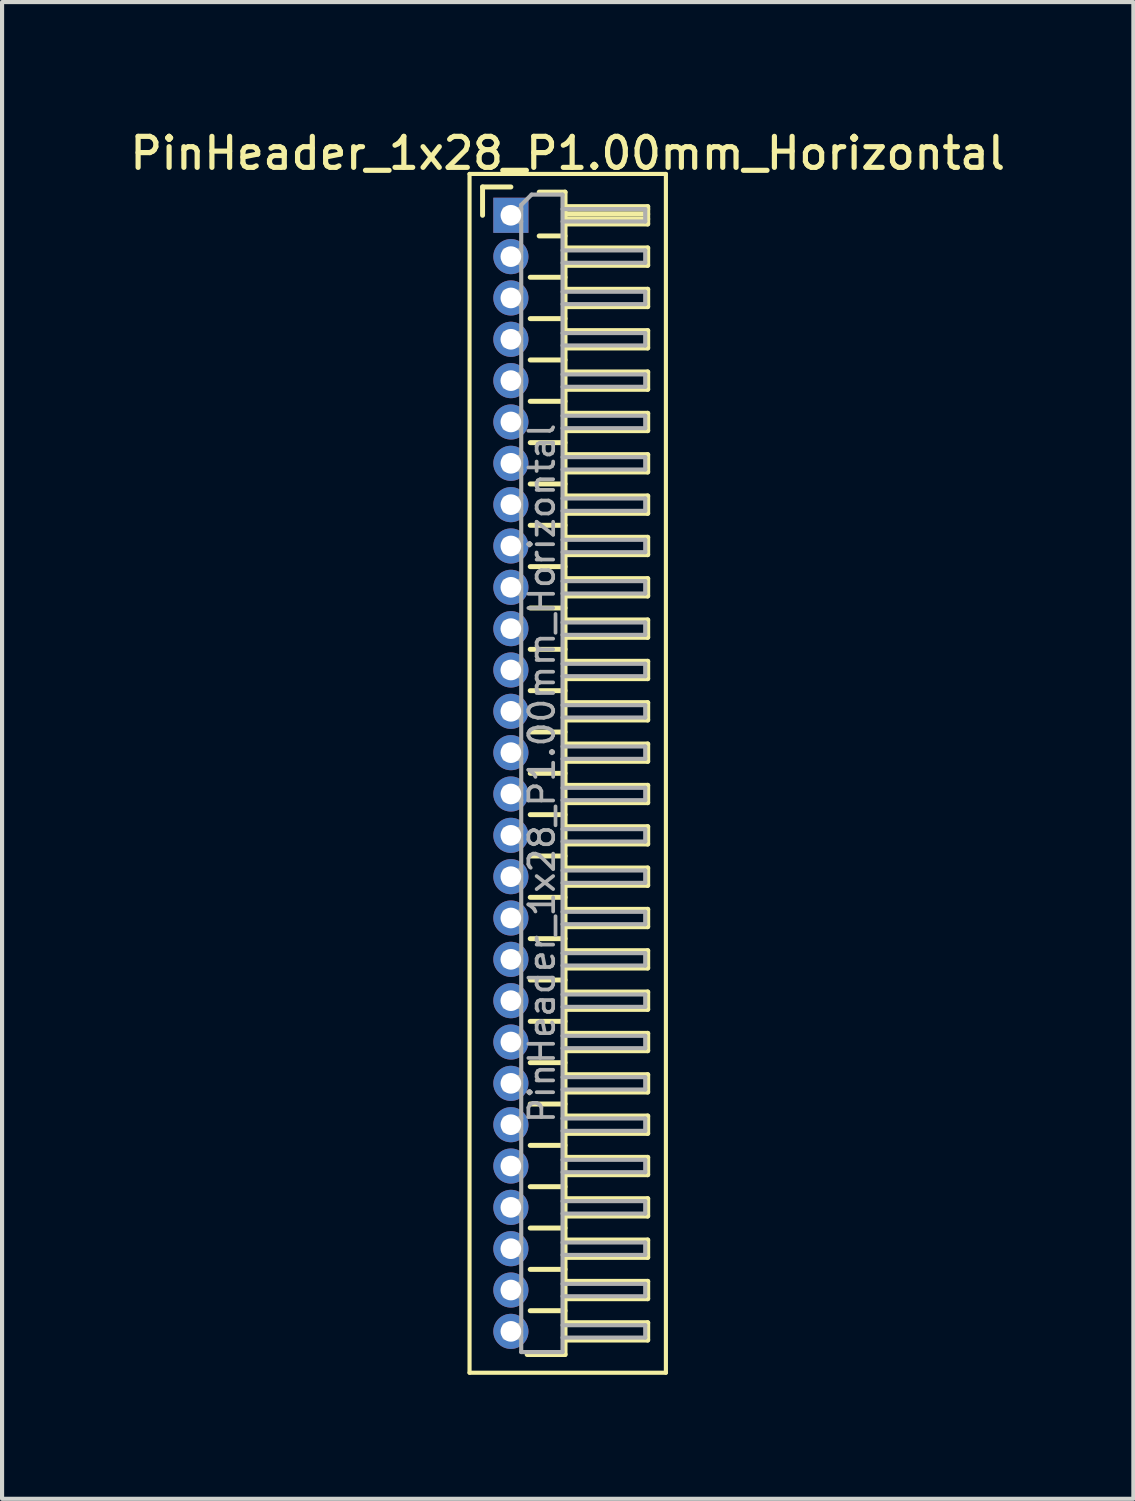
<source format=kicad_pcb>
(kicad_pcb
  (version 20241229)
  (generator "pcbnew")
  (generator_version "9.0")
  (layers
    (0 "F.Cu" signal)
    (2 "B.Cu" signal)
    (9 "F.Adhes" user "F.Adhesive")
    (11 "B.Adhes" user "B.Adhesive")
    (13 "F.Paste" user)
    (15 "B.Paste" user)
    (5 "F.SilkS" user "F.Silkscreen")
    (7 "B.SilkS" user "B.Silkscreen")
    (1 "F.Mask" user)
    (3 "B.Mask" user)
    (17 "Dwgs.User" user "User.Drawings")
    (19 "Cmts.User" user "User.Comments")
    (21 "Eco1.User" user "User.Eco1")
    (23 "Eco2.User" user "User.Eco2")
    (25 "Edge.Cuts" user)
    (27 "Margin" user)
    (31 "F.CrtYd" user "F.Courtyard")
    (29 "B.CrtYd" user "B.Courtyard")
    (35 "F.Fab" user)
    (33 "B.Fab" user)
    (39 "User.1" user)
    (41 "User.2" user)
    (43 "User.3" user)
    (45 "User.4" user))
  (footprint "PinHeader_1x28_P1.00mm_Horizontal"
    (layer "F.Cu")
    (at 9.309 2.158)
    (property "Reference" "PinHeader_1x28_P1.00mm_Horizontal" (at 1.375 -1.5 0) (layer "F.SilkS") (effects (font (size 0.75 0.75) (thickness 0.125))))
    (attr through_hole)
    (fp_line (start -1 -1) (end -1 28) (stroke (width 0.1) (type solid)) (layer "F.SilkS"))
    (fp_line (start -1 28) (end 3.75 28) (stroke (width 0.1) (type solid)) (layer "F.SilkS"))
    (fp_line (start -0.685 -0.685) (end 0 -0.685) (stroke (width 0.12) (type solid)) (layer "F.SilkS"))
    (fp_line (start -0.685 0) (end -0.685 -0.685) (stroke (width 0.12) (type solid)) (layer "F.SilkS"))
    (fp_line (start 0.468 1.5) (end 1.31 1.5) (stroke (width 0.12) (type solid)) (layer "F.SilkS"))
    (fp_line (start 0.468 2.5) (end 1.31 2.5) (stroke (width 0.12) (type solid)) (layer "F.SilkS"))
    (fp_line (start 0.468 3.5) (end 1.31 3.5) (stroke (width 0.12) (type solid)) (layer "F.SilkS"))
    (fp_line (start 0.468 4.5) (end 1.31 4.5) (stroke (width 0.12) (type solid)) (layer "F.SilkS"))
    (fp_line (start 0.468 5.5) (end 1.31 5.5) (stroke (width 0.12) (type solid)) (layer "F.SilkS"))
    (fp_line (start 0.468 6.5) (end 1.31 6.5) (stroke (width 0.12) (type solid)) (layer "F.SilkS"))
    (fp_line (start 0.468 7.5) (end 1.31 7.5) (stroke (width 0.12) (type solid)) (layer "F.SilkS"))
    (fp_line (start 0.468 8.5) (end 1.31 8.5) (stroke (width 0.12) (type solid)) (layer "F.SilkS"))
    (fp_line (start 0.468 9.5) (end 1.31 9.5) (stroke (width 0.12) (type solid)) (layer "F.SilkS"))
    (fp_line (start 0.468 10.5) (end 1.31 10.5) (stroke (width 0.12) (type solid)) (layer "F.SilkS"))
    (fp_line (start 0.468 11.5) (end 1.31 11.5) (stroke (width 0.12) (type solid)) (layer "F.SilkS"))
    (fp_line (start 0.468 12.5) (end 1.31 12.5) (stroke (width 0.12) (type solid)) (layer "F.SilkS"))
    (fp_line (start 0.468 13.5) (end 1.31 13.5) (stroke (width 0.12) (type solid)) (layer "F.SilkS"))
    (fp_line (start 0.468 14.5) (end 1.31 14.5) (stroke (width 0.12) (type solid)) (layer "F.SilkS"))
    (fp_line (start 0.468 15.5) (end 1.31 15.5) (stroke (width 0.12) (type solid)) (layer "F.SilkS"))
    (fp_line (start 0.468 16.5) (end 1.31 16.5) (stroke (width 0.12) (type solid)) (layer "F.SilkS"))
    (fp_line (start 0.468 17.5) (end 1.31 17.5) (stroke (width 0.12) (type solid)) (layer "F.SilkS"))
    (fp_line (start 0.468 18.5) (end 1.31 18.5) (stroke (width 0.12) (type solid)) (layer "F.SilkS"))
    (fp_line (start 0.468 19.5) (end 1.31 19.5) (stroke (width 0.12) (type solid)) (layer "F.SilkS"))
    (fp_line (start 0.468 20.5) (end 1.31 20.5) (stroke (width 0.12) (type solid)) (layer "F.SilkS"))
    (fp_line (start 0.468 21.5) (end 1.31 21.5) (stroke (width 0.12) (type solid)) (layer "F.SilkS"))
    (fp_line (start 0.468 22.5) (end 1.31 22.5) (stroke (width 0.12) (type solid)) (layer "F.SilkS"))
    (fp_line (start 0.468 23.5) (end 1.31 23.5) (stroke (width 0.12) (type solid)) (layer "F.SilkS"))
    (fp_line (start 0.468 24.5) (end 1.31 24.5) (stroke (width 0.12) (type solid)) (layer "F.SilkS"))
    (fp_line (start 0.468 25.5) (end 1.31 25.5) (stroke (width 0.12) (type solid)) (layer "F.SilkS"))
    (fp_line (start 0.468 26.5) (end 1.31 26.5) (stroke (width 0.12) (type solid)) (layer "F.SilkS"))
    (fp_line (start 0.685 -0.56) (end 1.31 -0.56) (stroke (width 0.12) (type solid)) (layer "F.SilkS"))
    (fp_line (start 0.685 0.5) (end 1.31 0.5) (stroke (width 0.12) (type solid)) (layer "F.SilkS"))
    (fp_line (start 1.31 -0.56) (end 1.31 27.56) (stroke (width 0.12) (type solid)) (layer "F.SilkS"))
    (fp_line (start 1.31 -0.21) (end 3.31 -0.21) (stroke (width 0.12) (type solid)) (layer "F.SilkS"))
    (fp_line (start 1.31 -0.15) (end 3.31 -0.15) (stroke (width 0.12) (type solid)) (layer "F.SilkS"))
    (fp_line (start 1.31 -0.03) (end 3.31 -0.03) (stroke (width 0.12) (type solid)) (layer "F.SilkS"))
    (fp_line (start 1.31 0.09) (end 3.31 0.09) (stroke (width 0.12) (type solid)) (layer "F.SilkS"))
    (fp_line (start 1.31 0.79) (end 3.31 0.79) (stroke (width 0.12) (type solid)) (layer "F.SilkS"))
    (fp_line (start 1.31 1.79) (end 3.31 1.79) (stroke (width 0.12) (type solid)) (layer "F.SilkS"))
    (fp_line (start 1.31 2.79) (end 3.31 2.79) (stroke (width 0.12) (type solid)) (layer "F.SilkS"))
    (fp_line (start 1.31 3.79) (end 3.31 3.79) (stroke (width 0.12) (type solid)) (layer "F.SilkS"))
    (fp_line (start 1.31 4.79) (end 3.31 4.79) (stroke (width 0.12) (type solid)) (layer "F.SilkS"))
    (fp_line (start 1.31 5.79) (end 3.31 5.79) (stroke (width 0.12) (type solid)) (layer "F.SilkS"))
    (fp_line (start 1.31 6.79) (end 3.31 6.79) (stroke (width 0.12) (type solid)) (layer "F.SilkS"))
    (fp_line (start 1.31 7.79) (end 3.31 7.79) (stroke (width 0.12) (type solid)) (layer "F.SilkS"))
    (fp_line (start 1.31 8.79) (end 3.31 8.79) (stroke (width 0.12) (type solid)) (layer "F.SilkS"))
    (fp_line (start 1.31 9.79) (end 3.31 9.79) (stroke (width 0.12) (type solid)) (layer "F.SilkS"))
    (fp_line (start 1.31 10.79) (end 3.31 10.79) (stroke (width 0.12) (type solid)) (layer "F.SilkS"))
    (fp_line (start 1.31 11.79) (end 3.31 11.79) (stroke (width 0.12) (type solid)) (layer "F.SilkS"))
    (fp_line (start 1.31 12.79) (end 3.31 12.79) (stroke (width 0.12) (type solid)) (layer "F.SilkS"))
    (fp_line (start 1.31 13.79) (end 3.31 13.79) (stroke (width 0.12) (type solid)) (layer "F.SilkS"))
    (fp_line (start 1.31 14.79) (end 3.31 14.79) (stroke (width 0.12) (type solid)) (layer "F.SilkS"))
    (fp_line (start 1.31 15.79) (end 3.31 15.79) (stroke (width 0.12) (type solid)) (layer "F.SilkS"))
    (fp_line (start 1.31 16.79) (end 3.31 16.79) (stroke (width 0.12) (type solid)) (layer "F.SilkS"))
    (fp_line (start 1.31 17.79) (end 3.31 17.79) (stroke (width 0.12) (type solid)) (layer "F.SilkS"))
    (fp_line (start 1.31 18.79) (end 3.31 18.79) (stroke (width 0.12) (type solid)) (layer "F.SilkS"))
    (fp_line (start 1.31 19.79) (end 3.31 19.79) (stroke (width 0.12) (type solid)) (layer "F.SilkS"))
    (fp_line (start 1.31 20.79) (end 3.31 20.79) (stroke (width 0.12) (type solid)) (layer "F.SilkS"))
    (fp_line (start 1.31 21.79) (end 3.31 21.79) (stroke (width 0.12) (type solid)) (layer "F.SilkS"))
    (fp_line (start 1.31 22.79) (end 3.31 22.79) (stroke (width 0.12) (type solid)) (layer "F.SilkS"))
    (fp_line (start 1.31 23.79) (end 3.31 23.79) (stroke (width 0.12) (type solid)) (layer "F.SilkS"))
    (fp_line (start 1.31 24.79) (end 3.31 24.79) (stroke (width 0.12) (type solid)) (layer "F.SilkS"))
    (fp_line (start 1.31 25.79) (end 3.31 25.79) (stroke (width 0.12) (type solid)) (layer "F.SilkS"))
    (fp_line (start 1.31 26.79) (end 3.31 26.79) (stroke (width 0.12) (type solid)) (layer "F.SilkS"))
    (fp_line (start 1.31 27.56) (end 0.394 27.56) (stroke (width 0.12) (type solid)) (layer "F.SilkS"))
    (fp_line (start 3.31 -0.21) (end 3.31 0.21) (stroke (width 0.12) (type solid)) (layer "F.SilkS"))
    (fp_line (start 3.31 0.21) (end 1.31 0.21) (stroke (width 0.12) (type solid)) (layer "F.SilkS"))
    (fp_line (start 3.31 0.79) (end 3.31 1.21) (stroke (width 0.12) (type solid)) (layer "F.SilkS"))
    (fp_line (start 3.31 1.21) (end 1.31 1.21) (stroke (width 0.12) (type solid)) (layer "F.SilkS"))
    (fp_line (start 3.31 1.79) (end 3.31 2.21) (stroke (width 0.12) (type solid)) (layer "F.SilkS"))
    (fp_line (start 3.31 2.21) (end 1.31 2.21) (stroke (width 0.12) (type solid)) (layer "F.SilkS"))
    (fp_line (start 3.31 2.79) (end 3.31 3.21) (stroke (width 0.12) (type solid)) (layer "F.SilkS"))
    (fp_line (start 3.31 3.21) (end 1.31 3.21) (stroke (width 0.12) (type solid)) (layer "F.SilkS"))
    (fp_line (start 3.31 3.79) (end 3.31 4.21) (stroke (width 0.12) (type solid)) (layer "F.SilkS"))
    (fp_line (start 3.31 4.21) (end 1.31 4.21) (stroke (width 0.12) (type solid)) (layer "F.SilkS"))
    (fp_line (start 3.31 4.79) (end 3.31 5.21) (stroke (width 0.12) (type solid)) (layer "F.SilkS"))
    (fp_line (start 3.31 5.21) (end 1.31 5.21) (stroke (width 0.12) (type solid)) (layer "F.SilkS"))
    (fp_line (start 3.31 5.79) (end 3.31 6.21) (stroke (width 0.12) (type solid)) (layer "F.SilkS"))
    (fp_line (start 3.31 6.21) (end 1.31 6.21) (stroke (width 0.12) (type solid)) (layer "F.SilkS"))
    (fp_line (start 3.31 6.79) (end 3.31 7.21) (stroke (width 0.12) (type solid)) (layer "F.SilkS"))
    (fp_line (start 3.31 7.21) (end 1.31 7.21) (stroke (width 0.12) (type solid)) (layer "F.SilkS"))
    (fp_line (start 3.31 7.79) (end 3.31 8.21) (stroke (width 0.12) (type solid)) (layer "F.SilkS"))
    (fp_line (start 3.31 8.21) (end 1.31 8.21) (stroke (width 0.12) (type solid)) (layer "F.SilkS"))
    (fp_line (start 3.31 8.79) (end 3.31 9.21) (stroke (width 0.12) (type solid)) (layer "F.SilkS"))
    (fp_line (start 3.31 9.21) (end 1.31 9.21) (stroke (width 0.12) (type solid)) (layer "F.SilkS"))
    (fp_line (start 3.31 9.79) (end 3.31 10.21) (stroke (width 0.12) (type solid)) (layer "F.SilkS"))
    (fp_line (start 3.31 10.21) (end 1.31 10.21) (stroke (width 0.12) (type solid)) (layer "F.SilkS"))
    (fp_line (start 3.31 10.79) (end 3.31 11.21) (stroke (width 0.12) (type solid)) (layer "F.SilkS"))
    (fp_line (start 3.31 11.21) (end 1.31 11.21) (stroke (width 0.12) (type solid)) (layer "F.SilkS"))
    (fp_line (start 3.31 11.79) (end 3.31 12.21) (stroke (width 0.12) (type solid)) (layer "F.SilkS"))
    (fp_line (start 3.31 12.21) (end 1.31 12.21) (stroke (width 0.12) (type solid)) (layer "F.SilkS"))
    (fp_line (start 3.31 12.79) (end 3.31 13.21) (stroke (width 0.12) (type solid)) (layer "F.SilkS"))
    (fp_line (start 3.31 13.21) (end 1.31 13.21) (stroke (width 0.12) (type solid)) (layer "F.SilkS"))
    (fp_line (start 3.31 13.79) (end 3.31 14.21) (stroke (width 0.12) (type solid)) (layer "F.SilkS"))
    (fp_line (start 3.31 14.21) (end 1.31 14.21) (stroke (width 0.12) (type solid)) (layer "F.SilkS"))
    (fp_line (start 3.31 14.79) (end 3.31 15.21) (stroke (width 0.12) (type solid)) (layer "F.SilkS"))
    (fp_line (start 3.31 15.21) (end 1.31 15.21) (stroke (width 0.12) (type solid)) (layer "F.SilkS"))
    (fp_line (start 3.31 15.79) (end 3.31 16.21) (stroke (width 0.12) (type solid)) (layer "F.SilkS"))
    (fp_line (start 3.31 16.21) (end 1.31 16.21) (stroke (width 0.12) (type solid)) (layer "F.SilkS"))
    (fp_line (start 3.31 16.79) (end 3.31 17.21) (stroke (width 0.12) (type solid)) (layer "F.SilkS"))
    (fp_line (start 3.31 17.21) (end 1.31 17.21) (stroke (width 0.12) (type solid)) (layer "F.SilkS"))
    (fp_line (start 3.31 17.79) (end 3.31 18.21) (stroke (width 0.12) (type solid)) (layer "F.SilkS"))
    (fp_line (start 3.31 18.21) (end 1.31 18.21) (stroke (width 0.12) (type solid)) (layer "F.SilkS"))
    (fp_line (start 3.31 18.79) (end 3.31 19.21) (stroke (width 0.12) (type solid)) (layer "F.SilkS"))
    (fp_line (start 3.31 19.21) (end 1.31 19.21) (stroke (width 0.12) (type solid)) (layer "F.SilkS"))
    (fp_line (start 3.31 19.79) (end 3.31 20.21) (stroke (width 0.12) (type solid)) (layer "F.SilkS"))
    (fp_line (start 3.31 20.21) (end 1.31 20.21) (stroke (width 0.12) (type solid)) (layer "F.SilkS"))
    (fp_line (start 3.31 20.79) (end 3.31 21.21) (stroke (width 0.12) (type solid)) (layer "F.SilkS"))
    (fp_line (start 3.31 21.21) (end 1.31 21.21) (stroke (width 0.12) (type solid)) (layer "F.SilkS"))
    (fp_line (start 3.31 21.79) (end 3.31 22.21) (stroke (width 0.12) (type solid)) (layer "F.SilkS"))
    (fp_line (start 3.31 22.21) (end 1.31 22.21) (stroke (width 0.12) (type solid)) (layer "F.SilkS"))
    (fp_line (start 3.31 22.79) (end 3.31 23.21) (stroke (width 0.12) (type solid)) (layer "F.SilkS"))
    (fp_line (start 3.31 23.21) (end 1.31 23.21) (stroke (width 0.12) (type solid)) (layer "F.SilkS"))
    (fp_line (start 3.31 23.79) (end 3.31 24.21) (stroke (width 0.12) (type solid)) (layer "F.SilkS"))
    (fp_line (start 3.31 24.21) (end 1.31 24.21) (stroke (width 0.12) (type solid)) (layer "F.SilkS"))
    (fp_line (start 3.31 24.79) (end 3.31 25.21) (stroke (width 0.12) (type solid)) (layer "F.SilkS"))
    (fp_line (start 3.31 25.21) (end 1.31 25.21) (stroke (width 0.12) (type solid)) (layer "F.SilkS"))
    (fp_line (start 3.31 25.79) (end 3.31 26.21) (stroke (width 0.12) (type solid)) (layer "F.SilkS"))
    (fp_line (start 3.31 26.21) (end 1.31 26.21) (stroke (width 0.12) (type solid)) (layer "F.SilkS"))
    (fp_line (start 3.31 26.79) (end 3.31 27.21) (stroke (width 0.12) (type solid)) (layer "F.SilkS"))
    (fp_line (start 3.31 27.21) (end 1.31 27.21) (stroke (width 0.12) (type solid)) (layer "F.SilkS"))
    (fp_line (start 3.75 -1) (end -1 -1) (stroke (width 0.1) (type solid)) (layer "F.SilkS"))
    (fp_line (start 3.75 28) (end 3.75 -1) (stroke (width 0.1) (type solid)) (layer "F.SilkS"))
    (fp_line (start -0.15 -0.15) (end -0.15 0.15) (stroke (width 0.1) (type solid)) (layer "F.Fab"))
    (fp_line (start -0.15 -0.15) (end 0.25 -0.15) (stroke (width 0.1) (type solid)) (layer "F.Fab"))
    (fp_line (start -0.15 0.15) (end 0.25 0.15) (stroke (width 0.1) (type solid)) (layer "F.Fab"))
    (fp_line (start -0.15 0.85) (end -0.15 1.15) (stroke (width 0.1) (type solid)) (layer "F.Fab"))
    (fp_line (start -0.15 0.85) (end 0.25 0.85) (stroke (width 0.1) (type solid)) (layer "F.Fab"))
    (fp_line (start -0.15 1.15) (end 0.25 1.15) (stroke (width 0.1) (type solid)) (layer "F.Fab"))
    (fp_line (start -0.15 1.85) (end -0.15 2.15) (stroke (width 0.1) (type solid)) (layer "F.Fab"))
    (fp_line (start -0.15 1.85) (end 0.25 1.85) (stroke (width 0.1) (type solid)) (layer "F.Fab"))
    (fp_line (start -0.15 2.15) (end 0.25 2.15) (stroke (width 0.1) (type solid)) (layer "F.Fab"))
    (fp_line (start -0.15 2.85) (end -0.15 3.15) (stroke (width 0.1) (type solid)) (layer "F.Fab"))
    (fp_line (start -0.15 2.85) (end 0.25 2.85) (stroke (width 0.1) (type solid)) (layer "F.Fab"))
    (fp_line (start -0.15 3.15) (end 0.25 3.15) (stroke (width 0.1) (type solid)) (layer "F.Fab"))
    (fp_line (start -0.15 3.85) (end -0.15 4.15) (stroke (width 0.1) (type solid)) (layer "F.Fab"))
    (fp_line (start -0.15 3.85) (end 0.25 3.85) (stroke (width 0.1) (type solid)) (layer "F.Fab"))
    (fp_line (start -0.15 4.15) (end 0.25 4.15) (stroke (width 0.1) (type solid)) (layer "F.Fab"))
    (fp_line (start -0.15 4.85) (end -0.15 5.15) (stroke (width 0.1) (type solid)) (layer "F.Fab"))
    (fp_line (start -0.15 4.85) (end 0.25 4.85) (stroke (width 0.1) (type solid)) (layer "F.Fab"))
    (fp_line (start -0.15 5.15) (end 0.25 5.15) (stroke (width 0.1) (type solid)) (layer "F.Fab"))
    (fp_line (start -0.15 5.85) (end -0.15 6.15) (stroke (width 0.1) (type solid)) (layer "F.Fab"))
    (fp_line (start -0.15 5.85) (end 0.25 5.85) (stroke (width 0.1) (type solid)) (layer "F.Fab"))
    (fp_line (start -0.15 6.15) (end 0.25 6.15) (stroke (width 0.1) (type solid)) (layer "F.Fab"))
    (fp_line (start -0.15 6.85) (end -0.15 7.15) (stroke (width 0.1) (type solid)) (layer "F.Fab"))
    (fp_line (start -0.15 6.85) (end 0.25 6.85) (stroke (width 0.1) (type solid)) (layer "F.Fab"))
    (fp_line (start -0.15 7.15) (end 0.25 7.15) (stroke (width 0.1) (type solid)) (layer "F.Fab"))
    (fp_line (start -0.15 7.85) (end -0.15 8.15) (stroke (width 0.1) (type solid)) (layer "F.Fab"))
    (fp_line (start -0.15 7.85) (end 0.25 7.85) (stroke (width 0.1) (type solid)) (layer "F.Fab"))
    (fp_line (start -0.15 8.15) (end 0.25 8.15) (stroke (width 0.1) (type solid)) (layer "F.Fab"))
    (fp_line (start -0.15 8.85) (end -0.15 9.15) (stroke (width 0.1) (type solid)) (layer "F.Fab"))
    (fp_line (start -0.15 8.85) (end 0.25 8.85) (stroke (width 0.1) (type solid)) (layer "F.Fab"))
    (fp_line (start -0.15 9.15) (end 0.25 9.15) (stroke (width 0.1) (type solid)) (layer "F.Fab"))
    (fp_line (start -0.15 9.85) (end -0.15 10.15) (stroke (width 0.1) (type solid)) (layer "F.Fab"))
    (fp_line (start -0.15 9.85) (end 0.25 9.85) (stroke (width 0.1) (type solid)) (layer "F.Fab"))
    (fp_line (start -0.15 10.15) (end 0.25 10.15) (stroke (width 0.1) (type solid)) (layer "F.Fab"))
    (fp_line (start -0.15 10.85) (end -0.15 11.15) (stroke (width 0.1) (type solid)) (layer "F.Fab"))
    (fp_line (start -0.15 10.85) (end 0.25 10.85) (stroke (width 0.1) (type solid)) (layer "F.Fab"))
    (fp_line (start -0.15 11.15) (end 0.25 11.15) (stroke (width 0.1) (type solid)) (layer "F.Fab"))
    (fp_line (start -0.15 11.85) (end -0.15 12.15) (stroke (width 0.1) (type solid)) (layer "F.Fab"))
    (fp_line (start -0.15 11.85) (end 0.25 11.85) (stroke (width 0.1) (type solid)) (layer "F.Fab"))
    (fp_line (start -0.15 12.15) (end 0.25 12.15) (stroke (width 0.1) (type solid)) (layer "F.Fab"))
    (fp_line (start -0.15 12.85) (end -0.15 13.15) (stroke (width 0.1) (type solid)) (layer "F.Fab"))
    (fp_line (start -0.15 12.85) (end 0.25 12.85) (stroke (width 0.1) (type solid)) (layer "F.Fab"))
    (fp_line (start -0.15 13.15) (end 0.25 13.15) (stroke (width 0.1) (type solid)) (layer "F.Fab"))
    (fp_line (start -0.15 13.85) (end -0.15 14.15) (stroke (width 0.1) (type solid)) (layer "F.Fab"))
    (fp_line (start -0.15 13.85) (end 0.25 13.85) (stroke (width 0.1) (type solid)) (layer "F.Fab"))
    (fp_line (start -0.15 14.15) (end 0.25 14.15) (stroke (width 0.1) (type solid)) (layer "F.Fab"))
    (fp_line (start -0.15 14.85) (end -0.15 15.15) (stroke (width 0.1) (type solid)) (layer "F.Fab"))
    (fp_line (start -0.15 14.85) (end 0.25 14.85) (stroke (width 0.1) (type solid)) (layer "F.Fab"))
    (fp_line (start -0.15 15.15) (end 0.25 15.15) (stroke (width 0.1) (type solid)) (layer "F.Fab"))
    (fp_line (start -0.15 15.85) (end -0.15 16.15) (stroke (width 0.1) (type solid)) (layer "F.Fab"))
    (fp_line (start -0.15 15.85) (end 0.25 15.85) (stroke (width 0.1) (type solid)) (layer "F.Fab"))
    (fp_line (start -0.15 16.15) (end 0.25 16.15) (stroke (width 0.1) (type solid)) (layer "F.Fab"))
    (fp_line (start -0.15 16.85) (end -0.15 17.15) (stroke (width 0.1) (type solid)) (layer "F.Fab"))
    (fp_line (start -0.15 16.85) (end 0.25 16.85) (stroke (width 0.1) (type solid)) (layer "F.Fab"))
    (fp_line (start -0.15 17.15) (end 0.25 17.15) (stroke (width 0.1) (type solid)) (layer "F.Fab"))
    (fp_line (start -0.15 17.85) (end -0.15 18.15) (stroke (width 0.1) (type solid)) (layer "F.Fab"))
    (fp_line (start -0.15 17.85) (end 0.25 17.85) (stroke (width 0.1) (type solid)) (layer "F.Fab"))
    (fp_line (start -0.15 18.15) (end 0.25 18.15) (stroke (width 0.1) (type solid)) (layer "F.Fab"))
    (fp_line (start -0.15 18.85) (end -0.15 19.15) (stroke (width 0.1) (type solid)) (layer "F.Fab"))
    (fp_line (start -0.15 18.85) (end 0.25 18.85) (stroke (width 0.1) (type solid)) (layer "F.Fab"))
    (fp_line (start -0.15 19.15) (end 0.25 19.15) (stroke (width 0.1) (type solid)) (layer "F.Fab"))
    (fp_line (start -0.15 19.85) (end -0.15 20.15) (stroke (width 0.1) (type solid)) (layer "F.Fab"))
    (fp_line (start -0.15 19.85) (end 0.25 19.85) (stroke (width 0.1) (type solid)) (layer "F.Fab"))
    (fp_line (start -0.15 20.15) (end 0.25 20.15) (stroke (width 0.1) (type solid)) (layer "F.Fab"))
    (fp_line (start -0.15 20.85) (end -0.15 21.15) (stroke (width 0.1) (type solid)) (layer "F.Fab"))
    (fp_line (start -0.15 20.85) (end 0.25 20.85) (stroke (width 0.1) (type solid)) (layer "F.Fab"))
    (fp_line (start -0.15 21.15) (end 0.25 21.15) (stroke (width 0.1) (type solid)) (layer "F.Fab"))
    (fp_line (start -0.15 21.85) (end -0.15 22.15) (stroke (width 0.1) (type solid)) (layer "F.Fab"))
    (fp_line (start -0.15 21.85) (end 0.25 21.85) (stroke (width 0.1) (type solid)) (layer "F.Fab"))
    (fp_line (start -0.15 22.15) (end 0.25 22.15) (stroke (width 0.1) (type solid)) (layer "F.Fab"))
    (fp_line (start -0.15 22.85) (end -0.15 23.15) (stroke (width 0.1) (type solid)) (layer "F.Fab"))
    (fp_line (start -0.15 22.85) (end 0.25 22.85) (stroke (width 0.1) (type solid)) (layer "F.Fab"))
    (fp_line (start -0.15 23.15) (end 0.25 23.15) (stroke (width 0.1) (type solid)) (layer "F.Fab"))
    (fp_line (start -0.15 23.85) (end -0.15 24.15) (stroke (width 0.1) (type solid)) (layer "F.Fab"))
    (fp_line (start -0.15 23.85) (end 0.25 23.85) (stroke (width 0.1) (type solid)) (layer "F.Fab"))
    (fp_line (start -0.15 24.15) (end 0.25 24.15) (stroke (width 0.1) (type solid)) (layer "F.Fab"))
    (fp_line (start -0.15 24.85) (end -0.15 25.15) (stroke (width 0.1) (type solid)) (layer "F.Fab"))
    (fp_line (start -0.15 24.85) (end 0.25 24.85) (stroke (width 0.1) (type solid)) (layer "F.Fab"))
    (fp_line (start -0.15 25.15) (end 0.25 25.15) (stroke (width 0.1) (type solid)) (layer "F.Fab"))
    (fp_line (start -0.15 25.85) (end -0.15 26.15) (stroke (width 0.1) (type solid)) (layer "F.Fab"))
    (fp_line (start -0.15 25.85) (end 0.25 25.85) (stroke (width 0.1) (type solid)) (layer "F.Fab"))
    (fp_line (start -0.15 26.15) (end 0.25 26.15) (stroke (width 0.1) (type solid)) (layer "F.Fab"))
    (fp_line (start -0.15 26.85) (end -0.15 27.15) (stroke (width 0.1) (type solid)) (layer "F.Fab"))
    (fp_line (start -0.15 26.85) (end 0.25 26.85) (stroke (width 0.1) (type solid)) (layer "F.Fab"))
    (fp_line (start -0.15 27.15) (end 0.25 27.15) (stroke (width 0.1) (type solid)) (layer "F.Fab"))
    (fp_line (start 0.25 -0.25) (end 0.5 -0.5) (stroke (width 0.1) (type solid)) (layer "F.Fab"))
    (fp_line (start 0.25 27.5) (end 0.25 -0.25) (stroke (width 0.1) (type solid)) (layer "F.Fab"))
    (fp_line (start 0.5 -0.5) (end 1.25 -0.5) (stroke (width 0.1) (type solid)) (layer "F.Fab"))
    (fp_line (start 1.25 -0.5) (end 1.25 27.5) (stroke (width 0.1) (type solid)) (layer "F.Fab"))
    (fp_line (start 1.25 -0.15) (end 3.25 -0.15) (stroke (width 0.1) (type solid)) (layer "F.Fab"))
    (fp_line (start 1.25 0.15) (end 3.25 0.15) (stroke (width 0.1) (type solid)) (layer "F.Fab"))
    (fp_line (start 1.25 0.85) (end 3.25 0.85) (stroke (width 0.1) (type solid)) (layer "F.Fab"))
    (fp_line (start 1.25 1.15) (end 3.25 1.15) (stroke (width 0.1) (type solid)) (layer "F.Fab"))
    (fp_line (start 1.25 1.85) (end 3.25 1.85) (stroke (width 0.1) (type solid)) (layer "F.Fab"))
    (fp_line (start 1.25 2.15) (end 3.25 2.15) (stroke (width 0.1) (type solid)) (layer "F.Fab"))
    (fp_line (start 1.25 2.85) (end 3.25 2.85) (stroke (width 0.1) (type solid)) (layer "F.Fab"))
    (fp_line (start 1.25 3.15) (end 3.25 3.15) (stroke (width 0.1) (type solid)) (layer "F.Fab"))
    (fp_line (start 1.25 3.85) (end 3.25 3.85) (stroke (width 0.1) (type solid)) (layer "F.Fab"))
    (fp_line (start 1.25 4.15) (end 3.25 4.15) (stroke (width 0.1) (type solid)) (layer "F.Fab"))
    (fp_line (start 1.25 4.85) (end 3.25 4.85) (stroke (width 0.1) (type solid)) (layer "F.Fab"))
    (fp_line (start 1.25 5.15) (end 3.25 5.15) (stroke (width 0.1) (type solid)) (layer "F.Fab"))
    (fp_line (start 1.25 5.85) (end 3.25 5.85) (stroke (width 0.1) (type solid)) (layer "F.Fab"))
    (fp_line (start 1.25 6.15) (end 3.25 6.15) (stroke (width 0.1) (type solid)) (layer "F.Fab"))
    (fp_line (start 1.25 6.85) (end 3.25 6.85) (stroke (width 0.1) (type solid)) (layer "F.Fab"))
    (fp_line (start 1.25 7.15) (end 3.25 7.15) (stroke (width 0.1) (type solid)) (layer "F.Fab"))
    (fp_line (start 1.25 7.85) (end 3.25 7.85) (stroke (width 0.1) (type solid)) (layer "F.Fab"))
    (fp_line (start 1.25 8.15) (end 3.25 8.15) (stroke (width 0.1) (type solid)) (layer "F.Fab"))
    (fp_line (start 1.25 8.85) (end 3.25 8.85) (stroke (width 0.1) (type solid)) (layer "F.Fab"))
    (fp_line (start 1.25 9.15) (end 3.25 9.15) (stroke (width 0.1) (type solid)) (layer "F.Fab"))
    (fp_line (start 1.25 9.85) (end 3.25 9.85) (stroke (width 0.1) (type solid)) (layer "F.Fab"))
    (fp_line (start 1.25 10.15) (end 3.25 10.15) (stroke (width 0.1) (type solid)) (layer "F.Fab"))
    (fp_line (start 1.25 10.85) (end 3.25 10.85) (stroke (width 0.1) (type solid)) (layer "F.Fab"))
    (fp_line (start 1.25 11.15) (end 3.25 11.15) (stroke (width 0.1) (type solid)) (layer "F.Fab"))
    (fp_line (start 1.25 11.85) (end 3.25 11.85) (stroke (width 0.1) (type solid)) (layer "F.Fab"))
    (fp_line (start 1.25 12.15) (end 3.25 12.15) (stroke (width 0.1) (type solid)) (layer "F.Fab"))
    (fp_line (start 1.25 12.85) (end 3.25 12.85) (stroke (width 0.1) (type solid)) (layer "F.Fab"))
    (fp_line (start 1.25 13.15) (end 3.25 13.15) (stroke (width 0.1) (type solid)) (layer "F.Fab"))
    (fp_line (start 1.25 13.85) (end 3.25 13.85) (stroke (width 0.1) (type solid)) (layer "F.Fab"))
    (fp_line (start 1.25 14.15) (end 3.25 14.15) (stroke (width 0.1) (type solid)) (layer "F.Fab"))
    (fp_line (start 1.25 14.85) (end 3.25 14.85) (stroke (width 0.1) (type solid)) (layer "F.Fab"))
    (fp_line (start 1.25 15.15) (end 3.25 15.15) (stroke (width 0.1) (type solid)) (layer "F.Fab"))
    (fp_line (start 1.25 15.85) (end 3.25 15.85) (stroke (width 0.1) (type solid)) (layer "F.Fab"))
    (fp_line (start 1.25 16.15) (end 3.25 16.15) (stroke (width 0.1) (type solid)) (layer "F.Fab"))
    (fp_line (start 1.25 16.85) (end 3.25 16.85) (stroke (width 0.1) (type solid)) (layer "F.Fab"))
    (fp_line (start 1.25 17.15) (end 3.25 17.15) (stroke (width 0.1) (type solid)) (layer "F.Fab"))
    (fp_line (start 1.25 17.85) (end 3.25 17.85) (stroke (width 0.1) (type solid)) (layer "F.Fab"))
    (fp_line (start 1.25 18.15) (end 3.25 18.15) (stroke (width 0.1) (type solid)) (layer "F.Fab"))
    (fp_line (start 1.25 18.85) (end 3.25 18.85) (stroke (width 0.1) (type solid)) (layer "F.Fab"))
    (fp_line (start 1.25 19.15) (end 3.25 19.15) (stroke (width 0.1) (type solid)) (layer "F.Fab"))
    (fp_line (start 1.25 19.85) (end 3.25 19.85) (stroke (width 0.1) (type solid)) (layer "F.Fab"))
    (fp_line (start 1.25 20.15) (end 3.25 20.15) (stroke (width 0.1) (type solid)) (layer "F.Fab"))
    (fp_line (start 1.25 20.85) (end 3.25 20.85) (stroke (width 0.1) (type solid)) (layer "F.Fab"))
    (fp_line (start 1.25 21.15) (end 3.25 21.15) (stroke (width 0.1) (type solid)) (layer "F.Fab"))
    (fp_line (start 1.25 21.85) (end 3.25 21.85) (stroke (width 0.1) (type solid)) (layer "F.Fab"))
    (fp_line (start 1.25 22.15) (end 3.25 22.15) (stroke (width 0.1) (type solid)) (layer "F.Fab"))
    (fp_line (start 1.25 22.85) (end 3.25 22.85) (stroke (width 0.1) (type solid)) (layer "F.Fab"))
    (fp_line (start 1.25 23.15) (end 3.25 23.15) (stroke (width 0.1) (type solid)) (layer "F.Fab"))
    (fp_line (start 1.25 23.85) (end 3.25 23.85) (stroke (width 0.1) (type solid)) (layer "F.Fab"))
    (fp_line (start 1.25 24.15) (end 3.25 24.15) (stroke (width 0.1) (type solid)) (layer "F.Fab"))
    (fp_line (start 1.25 24.85) (end 3.25 24.85) (stroke (width 0.1) (type solid)) (layer "F.Fab"))
    (fp_line (start 1.25 25.15) (end 3.25 25.15) (stroke (width 0.1) (type solid)) (layer "F.Fab"))
    (fp_line (start 1.25 25.85) (end 3.25 25.85) (stroke (width 0.1) (type solid)) (layer "F.Fab"))
    (fp_line (start 1.25 26.15) (end 3.25 26.15) (stroke (width 0.1) (type solid)) (layer "F.Fab"))
    (fp_line (start 1.25 26.85) (end 3.25 26.85) (stroke (width 0.1) (type solid)) (layer "F.Fab"))
    (fp_line (start 1.25 27.15) (end 3.25 27.15) (stroke (width 0.1) (type solid)) (layer "F.Fab"))
    (fp_line (start 1.25 27.5) (end 0.25 27.5) (stroke (width 0.1) (type solid)) (layer "F.Fab"))
    (fp_line (start 3.25 -0.15) (end 3.25 0.15) (stroke (width 0.1) (type solid)) (layer "F.Fab"))
    (fp_line (start 3.25 0.85) (end 3.25 1.15) (stroke (width 0.1) (type solid)) (layer "F.Fab"))
    (fp_line (start 3.25 1.85) (end 3.25 2.15) (stroke (width 0.1) (type solid)) (layer "F.Fab"))
    (fp_line (start 3.25 2.85) (end 3.25 3.15) (stroke (width 0.1) (type solid)) (layer "F.Fab"))
    (fp_line (start 3.25 3.85) (end 3.25 4.15) (stroke (width 0.1) (type solid)) (layer "F.Fab"))
    (fp_line (start 3.25 4.85) (end 3.25 5.15) (stroke (width 0.1) (type solid)) (layer "F.Fab"))
    (fp_line (start 3.25 5.85) (end 3.25 6.15) (stroke (width 0.1) (type solid)) (layer "F.Fab"))
    (fp_line (start 3.25 6.85) (end 3.25 7.15) (stroke (width 0.1) (type solid)) (layer "F.Fab"))
    (fp_line (start 3.25 7.85) (end 3.25 8.15) (stroke (width 0.1) (type solid)) (layer "F.Fab"))
    (fp_line (start 3.25 8.85) (end 3.25 9.15) (stroke (width 0.1) (type solid)) (layer "F.Fab"))
    (fp_line (start 3.25 9.85) (end 3.25 10.15) (stroke (width 0.1) (type solid)) (layer "F.Fab"))
    (fp_line (start 3.25 10.85) (end 3.25 11.15) (stroke (width 0.1) (type solid)) (layer "F.Fab"))
    (fp_line (start 3.25 11.85) (end 3.25 12.15) (stroke (width 0.1) (type solid)) (layer "F.Fab"))
    (fp_line (start 3.25 12.85) (end 3.25 13.15) (stroke (width 0.1) (type solid)) (layer "F.Fab"))
    (fp_line (start 3.25 13.85) (end 3.25 14.15) (stroke (width 0.1) (type solid)) (layer "F.Fab"))
    (fp_line (start 3.25 14.85) (end 3.25 15.15) (stroke (width 0.1) (type solid)) (layer "F.Fab"))
    (fp_line (start 3.25 15.85) (end 3.25 16.15) (stroke (width 0.1) (type solid)) (layer "F.Fab"))
    (fp_line (start 3.25 16.85) (end 3.25 17.15) (stroke (width 0.1) (type solid)) (layer "F.Fab"))
    (fp_line (start 3.25 17.85) (end 3.25 18.15) (stroke (width 0.1) (type solid)) (layer "F.Fab"))
    (fp_line (start 3.25 18.85) (end 3.25 19.15) (stroke (width 0.1) (type solid)) (layer "F.Fab"))
    (fp_line (start 3.25 19.85) (end 3.25 20.15) (stroke (width 0.1) (type solid)) (layer "F.Fab"))
    (fp_line (start 3.25 20.85) (end 3.25 21.15) (stroke (width 0.1) (type solid)) (layer "F.Fab"))
    (fp_line (start 3.25 21.85) (end 3.25 22.15) (stroke (width 0.1) (type solid)) (layer "F.Fab"))
    (fp_line (start 3.25 22.85) (end 3.25 23.15) (stroke (width 0.1) (type solid)) (layer "F.Fab"))
    (fp_line (start 3.25 23.85) (end 3.25 24.15) (stroke (width 0.1) (type solid)) (layer "F.Fab"))
    (fp_line (start 3.25 24.85) (end 3.25 25.15) (stroke (width 0.1) (type solid)) (layer "F.Fab"))
    (fp_line (start 3.25 25.85) (end 3.25 26.15) (stroke (width 0.1) (type solid)) (layer "F.Fab"))
    (fp_line (start 3.25 26.85) (end 3.25 27.15) (stroke (width 0.1) (type solid)) (layer "F.Fab"))
    (fp_text user "${REFERENCE}" (at 0.75 13.5 90) (layer "F.Fab") (effects (font (size 0.6 0.6) (thickness 0.09))))
    (pad "1" thru_hole rect (at 0 0) (size 0.85 0.85) (drill 0.5) (layers "*.Cu" "*.Mask"))
    (pad "2" thru_hole oval (at 0 1) (size 0.85 0.85) (drill 0.5) (layers "*.Cu" "*.Mask"))
    (pad "3" thru_hole oval (at 0 2) (size 0.85 0.85) (drill 0.5) (layers "*.Cu" "*.Mask"))
    (pad "4" thru_hole oval (at 0 3) (size 0.85 0.85) (drill 0.5) (layers "*.Cu" "*.Mask"))
    (pad "5" thru_hole oval (at 0 4) (size 0.85 0.85) (drill 0.5) (layers "*.Cu" "*.Mask"))
    (pad "6" thru_hole oval (at 0 5) (size 0.85 0.85) (drill 0.5) (layers "*.Cu" "*.Mask"))
    (pad "7" thru_hole oval (at 0 6) (size 0.85 0.85) (drill 0.5) (layers "*.Cu" "*.Mask"))
    (pad "8" thru_hole oval (at 0 7) (size 0.85 0.85) (drill 0.5) (layers "*.Cu" "*.Mask"))
    (pad "9" thru_hole oval (at 0 8) (size 0.85 0.85) (drill 0.5) (layers "*.Cu" "*.Mask"))
    (pad "10" thru_hole oval (at 0 9) (size 0.85 0.85) (drill 0.5) (layers "*.Cu" "*.Mask"))
    (pad "11" thru_hole oval (at 0 10) (size 0.85 0.85) (drill 0.5) (layers "*.Cu" "*.Mask"))
    (pad "12" thru_hole oval (at 0 11) (size 0.85 0.85) (drill 0.5) (layers "*.Cu" "*.Mask"))
    (pad "13" thru_hole oval (at 0 12) (size 0.85 0.85) (drill 0.5) (layers "*.Cu" "*.Mask"))
    (pad "14" thru_hole oval (at 0 13) (size 0.85 0.85) (drill 0.5) (layers "*.Cu" "*.Mask"))
    (pad "15" thru_hole oval (at 0 14) (size 0.85 0.85) (drill 0.5) (layers "*.Cu" "*.Mask"))
    (pad "16" thru_hole oval (at 0 15) (size 0.85 0.85) (drill 0.5) (layers "*.Cu" "*.Mask"))
    (pad "17" thru_hole oval (at 0 16) (size 0.85 0.85) (drill 0.5) (layers "*.Cu" "*.Mask"))
    (pad "18" thru_hole oval (at 0 17) (size 0.85 0.85) (drill 0.5) (layers "*.Cu" "*.Mask"))
    (pad "19" thru_hole oval (at 0 18) (size 0.85 0.85) (drill 0.5) (layers "*.Cu" "*.Mask"))
    (pad "20" thru_hole oval (at 0 19) (size 0.85 0.85) (drill 0.5) (layers "*.Cu" "*.Mask"))
    (pad "21" thru_hole oval (at 0 20) (size 0.85 0.85) (drill 0.5) (layers "*.Cu" "*.Mask"))
    (pad "22" thru_hole oval (at 0 21) (size 0.85 0.85) (drill 0.5) (layers "*.Cu" "*.Mask"))
    (pad "23" thru_hole oval (at 0 22) (size 0.85 0.85) (drill 0.5) (layers "*.Cu" "*.Mask"))
    (pad "24" thru_hole oval (at 0 23) (size 0.85 0.85) (drill 0.5) (layers "*.Cu" "*.Mask"))
    (pad "25" thru_hole oval (at 0 24) (size 0.85 0.85) (drill 0.5) (layers "*.Cu" "*.Mask"))
    (pad "26" thru_hole oval (at 0 25) (size 0.85 0.85) (drill 0.5) (layers "*.Cu" "*.Mask"))
    (pad "27" thru_hole oval (at 0 26) (size 0.85 0.85) (drill 0.5) (layers "*.Cu" "*.Mask"))
    (pad "28" thru_hole oval (at 0 27) (size 0.85 0.85) (drill 0.5) (layers "*.Cu" "*.Mask")))
  (gr_rect
    (start -3 -3)
    (end 24.368 33.208)
    (stroke (width 0.1) (type default))
    (fill no)
    (layer "Edge.Cuts")))
</source>
